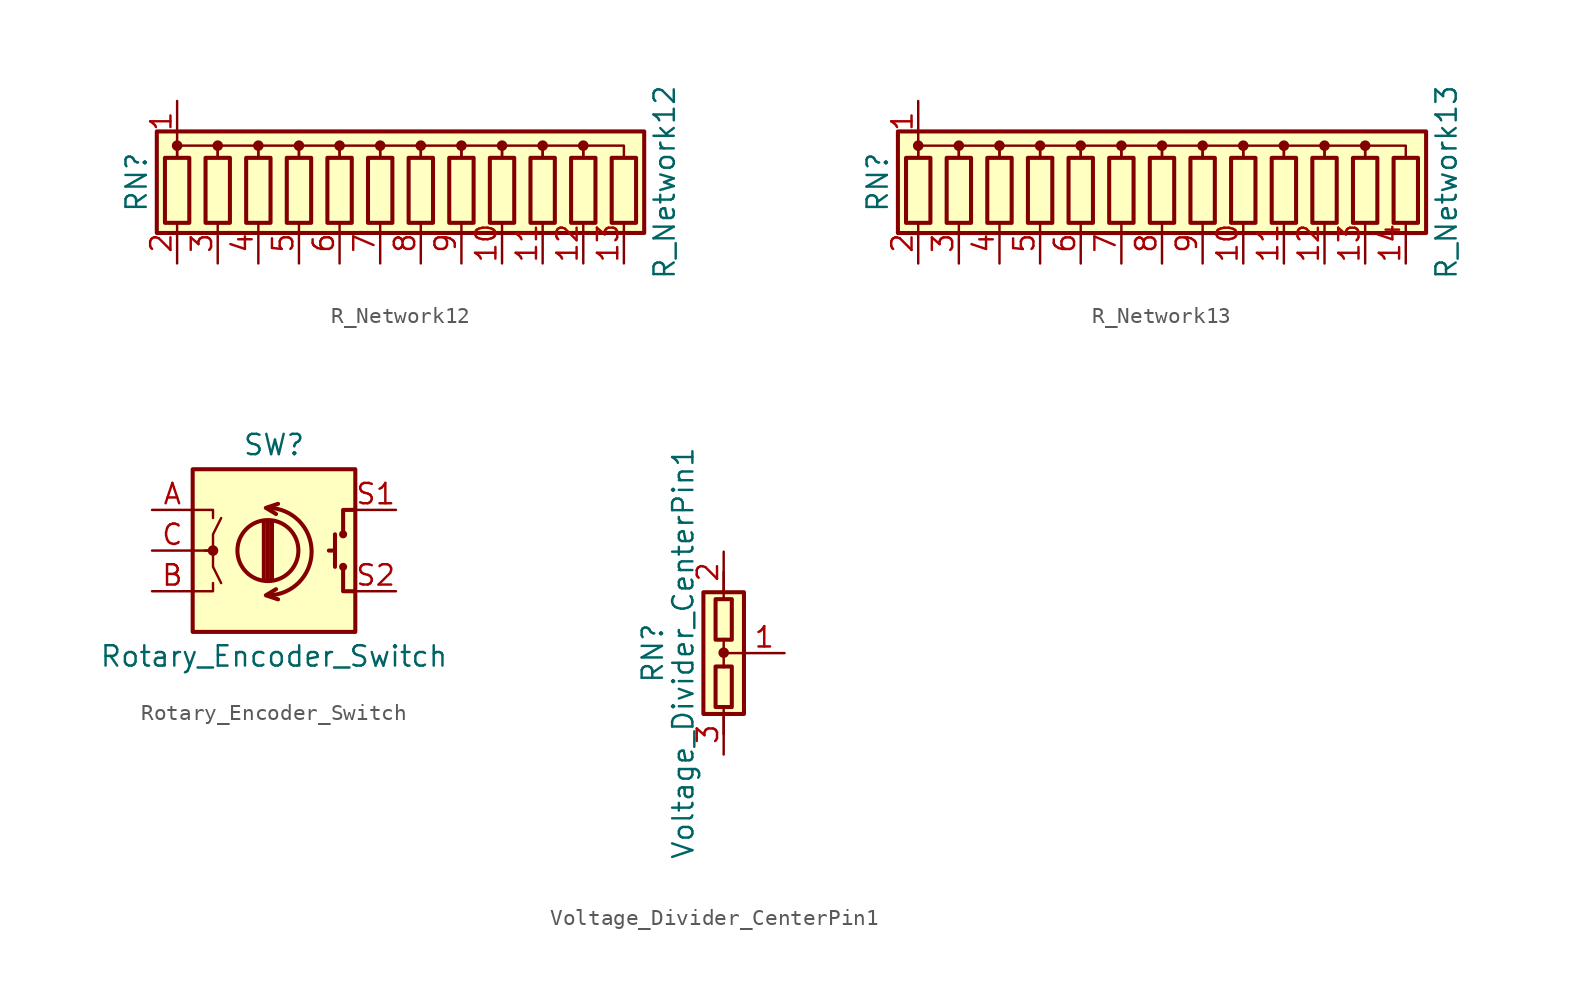
<source format=kicad_sym>
(kicad_symbol_lib
  (version 20201005)
  (generator kicad_symbol_editor)
  (symbol "R_Network12"
    (pin_names
      (offset 0) hide)
    (property "Reference" "RN"
      (at -17.78 0 90)
      (effects (font (size 1.27 1.27))))
    (property "Value" "R_Network12"
      (at 15.24 0 90)
      (effects (font (size 1.27 1.27))))
    (symbol "R_Network12_0_1"
      (circle (center -15.24 2.286) (radius 0.254) (stroke (width 0)) (fill (type outline)))
      (circle (center -12.7 2.286) (radius 0.254) (stroke (width 0)) (fill (type outline)))
      (circle (center -10.16 2.286) (radius 0.254) (stroke (width 0)) (fill (type outline)))
      (circle (center -7.62 2.286) (radius 0.254) (stroke (width 0)) (fill (type outline)))
      (circle (center -5.08 2.286) (radius 0.254) (stroke (width 0)) (fill (type outline)))
      (circle (center -2.54 2.286) (radius 0.254) (stroke (width 0)) (fill (type outline)))
      (circle (center 0 2.286) (radius 0.254) (stroke (width 0)) (fill (type outline)))
      (circle (center 2.54 2.286) (radius 0.254) (stroke (width 0)) (fill (type outline)))
      (circle (center 5.08 2.286) (radius 0.254) (stroke (width 0)) (fill (type outline)))
      (circle (center 7.62 2.286) (radius 0.254) (stroke (width 0)) (fill (type outline)))
      (circle (center 10.16 2.286) (radius 0.254) (stroke (width 0)) (fill (type outline)))
      (rectangle (start -16.002 1.524) (end -14.478 -2.54) (stroke (width 0.254)) (fill (type none)))
      (rectangle (start -13.462 1.524) (end -11.938 -2.54) (stroke (width 0.254)) (fill (type none)))
      (rectangle (start -10.922 1.524) (end -9.398 -2.54) (stroke (width 0.254)) (fill (type none)))
      (rectangle (start -8.382 1.524) (end -6.858 -2.54) (stroke (width 0.254)) (fill (type none)))
      (rectangle (start -5.842 1.524) (end -4.318 -2.54) (stroke (width 0.254)) (fill (type none)))
      (rectangle (start -3.302 1.524) (end -1.778 -2.54) (stroke (width 0.254)) (fill (type none)))
      (rectangle (start -0.762 1.524) (end 0.762 -2.54) (stroke (width 0.254)) (fill (type none)))
      (rectangle (start 1.778 1.524) (end 3.302 -2.54) (stroke (width 0.254)) (fill (type none)))
      (rectangle (start 4.318 1.524) (end 5.842 -2.54) (stroke (width 0.254)) (fill (type none)))
      (rectangle (start 6.858 1.524) (end 8.382 -2.54) (stroke (width 0.254)) (fill (type none)))
      (rectangle (start 9.398 1.524) (end 10.922 -2.54) (stroke (width 0.254)) (fill (type none)))
      (rectangle (start 11.938 1.524) (end 13.462 -2.54) (stroke (width 0.254)) (fill (type none)))
      (rectangle (start -16.51 -3.175) (end 13.97 3.175) (stroke (width 0.254)) (fill (type background)))
      (polyline (pts (xy -15.24 2.54) (xy -15.24 1.524)) (stroke (width 0)) (fill (type none)))
      (polyline (pts (xy -15.24 1.524) (xy -15.24 2.286) (xy -12.7 2.286) (xy -12.7 1.524)) (stroke (width 0)) (fill (type none)))
      (polyline (pts (xy -12.7 1.524) (xy -12.7 2.286) (xy -10.16 2.286) (xy -10.16 1.524)) (stroke (width 0)) (fill (type none)))
      (polyline (pts (xy -10.16 1.524) (xy -10.16 2.286) (xy -7.62 2.286) (xy -7.62 1.524)) (stroke (width 0)) (fill (type none)))
      (polyline (pts (xy -7.62 1.524) (xy -7.62 2.286) (xy -5.08 2.286) (xy -5.08 1.524)) (stroke (width 0)) (fill (type none)))
      (polyline (pts (xy -5.08 1.524) (xy -5.08 2.286) (xy -2.54 2.286) (xy -2.54 1.524)) (stroke (width 0)) (fill (type none)))
      (polyline (pts (xy -2.54 1.524) (xy -2.54 2.286) (xy 0 2.286) (xy 0 1.524)) (stroke (width 0)) (fill (type none)))
      (polyline (pts (xy 0 1.524) (xy 0 2.286) (xy 2.54 2.286) (xy 2.54 1.524)) (stroke (width 0)) (fill (type none)))
      (polyline (pts (xy 2.54 1.524) (xy 2.54 2.286) (xy 5.08 2.286) (xy 5.08 1.524)) (stroke (width 0)) (fill (type none)))
      (polyline (pts (xy 5.08 1.524) (xy 5.08 2.286) (xy 7.62 2.286) (xy 7.62 1.524)) (stroke (width 0)) (fill (type none)))
      (polyline (pts (xy 7.62 1.524) (xy 7.62 2.286) (xy 10.16 2.286) (xy 10.16 1.524)) (stroke (width 0)) (fill (type none)))
      (polyline (pts (xy 10.16 1.524) (xy 10.16 2.286) (xy 12.7 2.286) (xy 12.7 1.524)) (stroke (width 0)) (fill (type none))))
    (symbol "R_Network12_1_1"
      (pin passive line (at -15.24 5.08 270) (length 2.54) (name "common" (effects (font (size 1.27 1.27)))) (number "1" (effects (font (size 1.27 1.27)))))
      (pin passive line (at 5.08 -5.08 90) (length 2.54) (name "R9" (effects (font (size 1.27 1.27)))) (number "10" (effects (font (size 1.27 1.27)))))
      (pin passive line (at 7.62 -5.08 90) (length 2.54) (name "R10" (effects (font (size 1.27 1.27)))) (number "11" (effects (font (size 1.27 1.27)))))
      (pin passive line (at 10.16 -5.08 90) (length 2.54) (name "R11" (effects (font (size 1.27 1.27)))) (number "12" (effects (font (size 1.27 1.27)))))
      (pin passive line (at 12.7 -5.08 90) (length 2.54) (name "R12" (effects (font (size 1.27 1.27)))) (number "13" (effects (font (size 1.27 1.27)))))
      (pin passive line (at -15.24 -5.08 90) (length 2.54) (name "R1" (effects (font (size 1.27 1.27)))) (number "2" (effects (font (size 1.27 1.27)))))
      (pin passive line (at -12.7 -5.08 90) (length 2.54) (name "R2" (effects (font (size 1.27 1.27)))) (number "3" (effects (font (size 1.27 1.27)))))
      (pin passive line (at -10.16 -5.08 90) (length 2.54) (name "R3" (effects (font (size 1.27 1.27)))) (number "4" (effects (font (size 1.27 1.27)))))
      (pin passive line (at -7.62 -5.08 90) (length 2.54) (name "R4" (effects (font (size 1.27 1.27)))) (number "5" (effects (font (size 1.27 1.27)))))
      (pin passive line (at -5.08 -5.08 90) (length 2.54) (name "R5" (effects (font (size 1.27 1.27)))) (number "6" (effects (font (size 1.27 1.27)))))
      (pin passive line (at -2.54 -5.08 90) (length 2.54) (name "R6" (effects (font (size 1.27 1.27)))) (number "7" (effects (font (size 1.27 1.27)))))
      (pin passive line (at 0 -5.08 90) (length 2.54) (name "R7" (effects (font (size 1.27 1.27)))) (number "8" (effects (font (size 1.27 1.27)))))
      (pin passive line (at 2.54 -5.08 90) (length 2.54) (name "R8" (effects (font (size 1.27 1.27)))) (number "9" (effects (font (size 1.27 1.27)))))))
  (symbol "R_Network13"
    (pin_names
      (offset 0) hide)
    (property "Reference" "RN"
      (at -17.78 0 90)
      (effects (font (size 1.27 1.27))))
    (property "Value" "R_Network13"
      (at 17.78 0 90)
      (effects (font (size 1.27 1.27))))
    (symbol "R_Network13_0_1"
      (circle (center -15.24 2.286) (radius 0.254) (stroke (width 0)) (fill (type outline)))
      (circle (center -12.7 2.286) (radius 0.254) (stroke (width 0)) (fill (type outline)))
      (circle (center -10.16 2.286) (radius 0.254) (stroke (width 0)) (fill (type outline)))
      (circle (center -7.62 2.286) (radius 0.254) (stroke (width 0)) (fill (type outline)))
      (circle (center -5.08 2.286) (radius 0.254) (stroke (width 0)) (fill (type outline)))
      (circle (center -2.54 2.286) (radius 0.254) (stroke (width 0)) (fill (type outline)))
      (circle (center 0 2.286) (radius 0.254) (stroke (width 0)) (fill (type outline)))
      (circle (center 2.54 2.286) (radius 0.254) (stroke (width 0)) (fill (type outline)))
      (circle (center 5.08 2.286) (radius 0.254) (stroke (width 0)) (fill (type outline)))
      (circle (center 7.62 2.286) (radius 0.254) (stroke (width 0)) (fill (type outline)))
      (circle (center 10.16 2.286) (radius 0.254) (stroke (width 0)) (fill (type outline)))
      (circle (center 12.7 2.286) (radius 0.254) (stroke (width 0)) (fill (type outline)))
      (rectangle (start -16.002 1.524) (end -14.478 -2.54) (stroke (width 0.254)) (fill (type none)))
      (rectangle (start -13.462 1.524) (end -11.938 -2.54) (stroke (width 0.254)) (fill (type none)))
      (rectangle (start -10.922 1.524) (end -9.398 -2.54) (stroke (width 0.254)) (fill (type none)))
      (rectangle (start -8.382 1.524) (end -6.858 -2.54) (stroke (width 0.254)) (fill (type none)))
      (rectangle (start -5.842 1.524) (end -4.318 -2.54) (stroke (width 0.254)) (fill (type none)))
      (rectangle (start -3.302 1.524) (end -1.778 -2.54) (stroke (width 0.254)) (fill (type none)))
      (rectangle (start -0.762 1.524) (end 0.762 -2.54) (stroke (width 0.254)) (fill (type none)))
      (rectangle (start 1.778 1.524) (end 3.302 -2.54) (stroke (width 0.254)) (fill (type none)))
      (rectangle (start 4.318 1.524) (end 5.842 -2.54) (stroke (width 0.254)) (fill (type none)))
      (rectangle (start 6.858 1.524) (end 8.382 -2.54) (stroke (width 0.254)) (fill (type none)))
      (rectangle (start 9.398 1.524) (end 10.922 -2.54) (stroke (width 0.254)) (fill (type none)))
      (rectangle (start 11.938 1.524) (end 13.462 -2.54) (stroke (width 0.254)) (fill (type none)))
      (rectangle (start 14.478 1.524) (end 16.002 -2.54) (stroke (width 0.254)) (fill (type none)))
      (rectangle (start -16.51 -3.175) (end 16.51 3.175) (stroke (width 0.254)) (fill (type background)))
      (polyline (pts (xy -15.24 2.54) (xy -15.24 1.524)) (stroke (width 0)) (fill (type none)))
      (polyline (pts (xy -15.24 1.524) (xy -15.24 2.286) (xy -12.7 2.286) (xy -12.7 1.524)) (stroke (width 0)) (fill (type none)))
      (polyline (pts (xy -12.7 1.524) (xy -12.7 2.286) (xy -10.16 2.286) (xy -10.16 1.524)) (stroke (width 0)) (fill (type none)))
      (polyline (pts (xy -10.16 1.524) (xy -10.16 2.286) (xy -7.62 2.286) (xy -7.62 1.524)) (stroke (width 0)) (fill (type none)))
      (polyline (pts (xy -7.62 1.524) (xy -7.62 2.286) (xy -5.08 2.286) (xy -5.08 1.524)) (stroke (width 0)) (fill (type none)))
      (polyline (pts (xy -5.08 1.524) (xy -5.08 2.286) (xy -2.54 2.286) (xy -2.54 1.524)) (stroke (width 0)) (fill (type none)))
      (polyline (pts (xy -2.54 1.524) (xy -2.54 2.286) (xy 0 2.286) (xy 0 1.524)) (stroke (width 0)) (fill (type none)))
      (polyline (pts (xy 0 1.524) (xy 0 2.286) (xy 2.54 2.286) (xy 2.54 1.524)) (stroke (width 0)) (fill (type none)))
      (polyline (pts (xy 2.54 1.524) (xy 2.54 2.286) (xy 5.08 2.286) (xy 5.08 1.524)) (stroke (width 0)) (fill (type none)))
      (polyline (pts (xy 5.08 1.524) (xy 5.08 2.286) (xy 7.62 2.286) (xy 7.62 1.524)) (stroke (width 0)) (fill (type none)))
      (polyline (pts (xy 7.62 1.524) (xy 7.62 2.286) (xy 10.16 2.286) (xy 10.16 1.524)) (stroke (width 0)) (fill (type none)))
      (polyline (pts (xy 10.16 1.524) (xy 10.16 2.286) (xy 12.7 2.286) (xy 12.7 1.524)) (stroke (width 0)) (fill (type none)))
      (polyline (pts (xy 12.7 1.524) (xy 12.7 2.286) (xy 15.24 2.286) (xy 15.24 1.524)) (stroke (width 0)) (fill (type none))))
    (symbol "R_Network13_1_1"
      (pin passive line (at -15.24 5.08 270) (length 2.54) (name "common" (effects (font (size 1.27 1.27)))) (number "1" (effects (font (size 1.27 1.27)))))
      (pin passive line (at 5.08 -5.08 90) (length 2.54) (name "R9" (effects (font (size 1.27 1.27)))) (number "10" (effects (font (size 1.27 1.27)))))
      (pin passive line (at 7.62 -5.08 90) (length 2.54) (name "R10" (effects (font (size 1.27 1.27)))) (number "11" (effects (font (size 1.27 1.27)))))
      (pin passive line (at 10.16 -5.08 90) (length 2.54) (name "R11" (effects (font (size 1.27 1.27)))) (number "12" (effects (font (size 1.27 1.27)))))
      (pin passive line (at 12.7 -5.08 90) (length 2.54) (name "R12" (effects (font (size 1.27 1.27)))) (number "13" (effects (font (size 1.27 1.27)))))
      (pin passive line (at 15.24 -5.08 90) (length 2.54) (name "R13" (effects (font (size 1.27 1.27)))) (number "14" (effects (font (size 1.27 1.27)))))
      (pin passive line (at -15.24 -5.08 90) (length 2.54) (name "R1" (effects (font (size 1.27 1.27)))) (number "2" (effects (font (size 1.27 1.27)))))
      (pin passive line (at -12.7 -5.08 90) (length 2.54) (name "R2" (effects (font (size 1.27 1.27)))) (number "3" (effects (font (size 1.27 1.27)))))
      (pin passive line (at -10.16 -5.08 90) (length 2.54) (name "R3" (effects (font (size 1.27 1.27)))) (number "4" (effects (font (size 1.27 1.27)))))
      (pin passive line (at -7.62 -5.08 90) (length 2.54) (name "R4" (effects (font (size 1.27 1.27)))) (number "5" (effects (font (size 1.27 1.27)))))
      (pin passive line (at -5.08 -5.08 90) (length 2.54) (name "R5" (effects (font (size 1.27 1.27)))) (number "6" (effects (font (size 1.27 1.27)))))
      (pin passive line (at -2.54 -5.08 90) (length 2.54) (name "R6" (effects (font (size 1.27 1.27)))) (number "7" (effects (font (size 1.27 1.27)))))
      (pin passive line (at 0 -5.08 90) (length 2.54) (name "R7" (effects (font (size 1.27 1.27)))) (number "8" (effects (font (size 1.27 1.27)))))
      (pin passive line (at 2.54 -5.08 90) (length 2.54) (name "R8" (effects (font (size 1.27 1.27)))) (number "9" (effects (font (size 1.27 1.27)))))))
  (symbol "Rotary_Encoder_Switch"
    (pin_names
      (offset 0.254) hide)
    (property "Reference" "SW"
      (at 0 6.604 0)
      (effects (font (size 1.27 1.27))))
    (property "Value" "Rotary_Encoder_Switch"
      (at 0 -6.604 0)
      (effects (font (size 1.27 1.27))))
    (symbol "Rotary_Encoder_Switch_0_1"
      (arc (start -0.381 -2.794) (end -0.381 2.667) (radius (at -0.381 -0.0508) (length 2.7432) (angles -89.9 89.9)) (stroke (width 0.254)) (fill (type none)))
      (circle (center -0.381 0) (radius 1.905) (stroke (width 0.254)) (fill (type none)))
      (circle (center 4.318 -1.016) (radius 0.127) (stroke (width 0.254)) (fill (type none)))
      (circle (center 4.318 1.016) (radius 0.127) (stroke (width 0.254)) (fill (type none)))
      (circle (center -3.81 0) (radius 0.254) (stroke (width 0)) (fill (type outline)))
      (rectangle (start -5.08 5.08) (end 5.08 -5.08) (stroke (width 0.254)) (fill (type background)))
      (polyline (pts (xy -0.635 -1.778) (xy -0.635 1.778)) (stroke (width 0.254)) (fill (type none)))
      (polyline (pts (xy -0.381 -1.778) (xy -0.381 1.778)) (stroke (width 0.254)) (fill (type none)))
      (polyline (pts (xy -0.127 1.778) (xy -0.127 -1.778)) (stroke (width 0.254)) (fill (type none)))
      (polyline (pts (xy 3.81 0) (xy 3.429 0)) (stroke (width 0.254)) (fill (type none)))
      (polyline (pts (xy 3.81 1.016) (xy 3.81 -1.016)) (stroke (width 0.254)) (fill (type none)))
      (polyline (pts (xy -5.08 -2.54) (xy -3.81 -2.54) (xy -3.81 -2.032)) (stroke (width 0)) (fill (type none)))
      (polyline (pts (xy -5.08 2.54) (xy -3.81 2.54) (xy -3.81 2.032)) (stroke (width 0)) (fill (type none)))
      (polyline (pts (xy 0.254 -3.048) (xy -0.508 -2.794) (xy 0.127 -2.413)) (stroke (width 0.254)) (fill (type none)))
      (polyline (pts (xy 0.254 2.921) (xy -0.508 2.667) (xy 0.127 2.286)) (stroke (width 0.254)) (fill (type none)))
      (polyline (pts (xy 5.08 -2.54) (xy 4.318 -2.54) (xy 4.318 -1.016)) (stroke (width 0.254)) (fill (type none)))
      (polyline (pts (xy 5.08 2.54) (xy 4.318 2.54) (xy 4.318 1.016)) (stroke (width 0.254)) (fill (type none)))
      (polyline (pts (xy -5.08 0) (xy -3.81 0) (xy -3.81 -1.016) (xy -3.302 -2.032)) (stroke (width 0)) (fill (type none)))
      (polyline (pts (xy -4.318 0) (xy -3.81 0) (xy -3.81 1.016) (xy -3.302 2.032)) (stroke (width 0)) (fill (type none))))
    (symbol "Rotary_Encoder_Switch_1_1"
      (pin passive line (at -7.62 2.54 0) (length 2.54) (name "A" (effects (font (size 1.27 1.27)))) (number "A" (effects (font (size 1.27 1.27)))))
      (pin passive line (at -7.62 -2.54 0) (length 2.54) (name "B" (effects (font (size 1.27 1.27)))) (number "B" (effects (font (size 1.27 1.27)))))
      (pin passive line (at -7.62 0 0) (length 2.54) (name "C" (effects (font (size 1.27 1.27)))) (number "C" (effects (font (size 1.27 1.27)))))
      (pin passive line (at 7.62 2.54 180) (length 2.54) (name "S1" (effects (font (size 1.27 1.27)))) (number "S1" (effects (font (size 1.27 1.27)))))
      (pin passive line (at 7.62 -2.54 180) (length 2.54) (name "S2" (effects (font (size 1.27 1.27)))) (number "S2" (effects (font (size 1.27 1.27)))))))
  (symbol "Voltage_Divider_CenterPin1"
    (pin_names
      (offset 0) hide)
    (property "Reference" "RN"
      (at -4.445 0 90)
      (effects (font (size 1.27 1.27))))
    (property "Value" "Voltage_Divider_CenterPin1"
      (at -2.54 0 90)
      (effects (font (size 1.27 1.27))))
    (symbol "Voltage_Divider_CenterPin1_0_1"
      (circle (center 0 0.025) (radius 0.254) (stroke (width 0)) (fill (type outline)))
      (rectangle (start -0.508 -3.378) (end 0.508 -0.838) (stroke (width 0.254)) (fill (type none)))
      (rectangle (start -0.508 3.378) (end 0.508 0.838) (stroke (width 0.254)) (fill (type none)))
      (rectangle (start -1.27 -3.81) (end 1.27 3.81) (stroke (width 0.254)) (fill (type background)))
      (polyline (pts (xy 0 -5.08) (xy 0 -3.429)) (stroke (width 0)) (fill (type none)))
      (polyline (pts (xy 0 0.889) (xy 0 -0.889)) (stroke (width 0)) (fill (type none)))
      (polyline (pts (xy 0 5.08) (xy 0 3.378)) (stroke (width 0)) (fill (type none)))
      (polyline (pts (xy 1.27 0) (xy 0 0)) (stroke (width 0)) (fill (type none))))
    (symbol "Voltage_Divider_CenterPin1_1_1"
      (pin passive line (at 3.81 0 180) (length 2.54) (name "~" (effects (font (size 1.27 1.27)))) (number "1" (effects (font (size 1.27 1.27)))))
      (pin passive line (at 0 6.35 270) (length 2.54) (name "~" (effects (font (size 1.27 1.27)))) (number "2" (effects (font (size 1.27 1.27)))))
      (pin passive line (at 0 -6.35 90) (length 2.54) (name "~" (effects (font (size 1.27 1.27)))) (number "3" (effects (font (size 1.27 1.27))))))))
</source>
